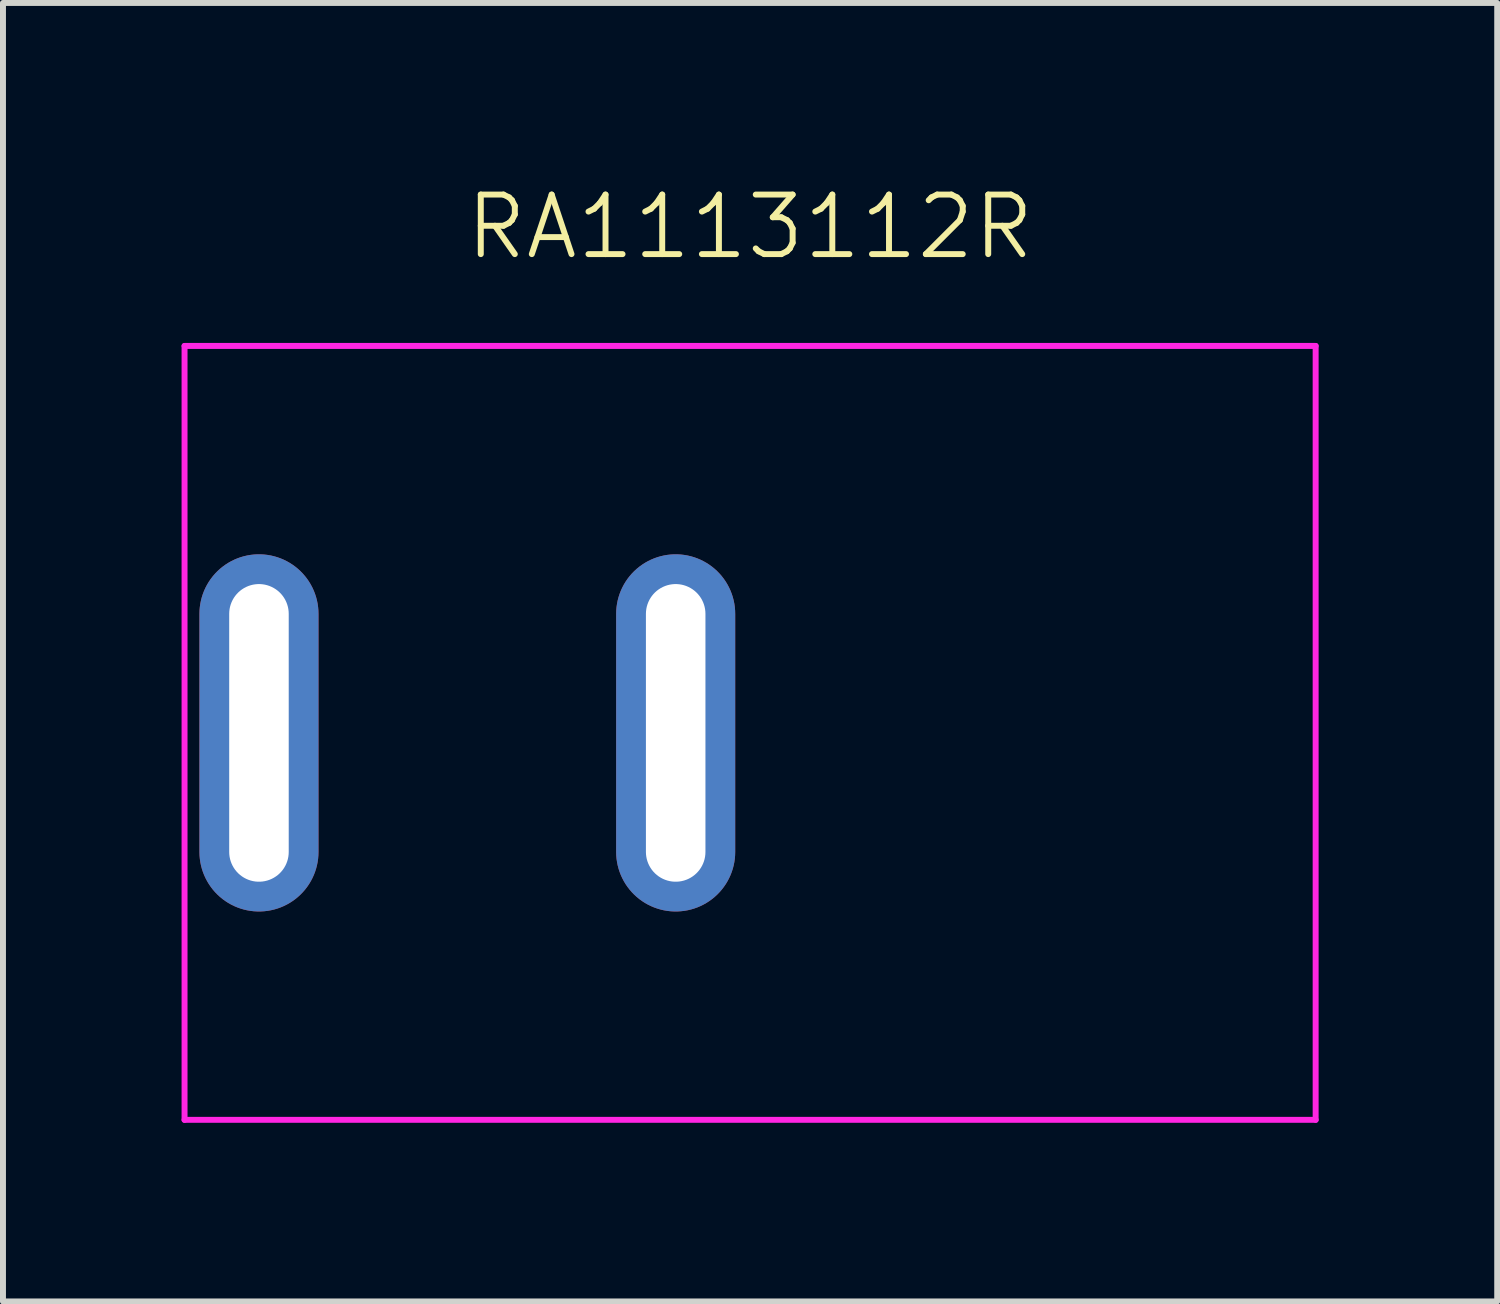
<source format=kicad_pcb>
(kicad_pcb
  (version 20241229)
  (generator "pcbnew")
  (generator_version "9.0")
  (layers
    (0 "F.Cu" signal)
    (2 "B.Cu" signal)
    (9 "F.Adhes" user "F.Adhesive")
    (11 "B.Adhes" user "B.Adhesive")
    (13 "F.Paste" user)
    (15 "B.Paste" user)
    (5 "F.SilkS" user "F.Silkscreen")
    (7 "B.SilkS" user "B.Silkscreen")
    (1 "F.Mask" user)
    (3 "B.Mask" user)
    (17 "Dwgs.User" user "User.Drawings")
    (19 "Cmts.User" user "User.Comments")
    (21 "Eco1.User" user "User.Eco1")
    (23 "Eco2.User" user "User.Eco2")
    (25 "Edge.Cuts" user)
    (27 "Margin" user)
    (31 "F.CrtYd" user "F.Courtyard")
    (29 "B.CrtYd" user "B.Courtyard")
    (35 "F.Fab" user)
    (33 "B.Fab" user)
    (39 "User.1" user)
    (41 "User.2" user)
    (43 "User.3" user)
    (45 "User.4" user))
  (footprint "RA1113112R"
    (layer "F.Cu")
    (at 8.3 9.261)
    (property "Reference" "RA1113112R" (at 1.25 -8.5 0) (unlocked yes) (layer "F.SilkS") (effects (font (size 1 1) (thickness 0.1))))
    (attr through_hole)
    (fp_line (start -8.25 -6.5) (end 10.75 -6.5) (stroke (width 0.1) (type default)) (layer "F.CrtYd"))
    (fp_line (start -8.25 6.5) (end -8.25 -6.5) (stroke (width 0.1) (type default)) (layer "F.CrtYd"))
    (fp_line (start 10.75 -6.5) (end 10.75 6.5) (stroke (width 0.1) (type default)) (layer "F.CrtYd"))
    (fp_line (start 10.75 6.5) (end -8.25 6.5) (stroke (width 0.1) (type default)) (layer "F.CrtYd"))
    (pad "1" thru_hole oval (at -7 0) (size 2 6) (drill oval 1 5) (layers "*.Cu" "*.Mask"))
    (pad "2" thru_hole oval (at 0 0) (size 2 6) (drill oval 1 5) (layers "*.Cu" "*.Mask")))
  (gr_rect
    (start -3 -3)
    (end 22.1 18.811)
    (stroke (width 0.1) (type default))
    (fill no)
    (layer "Edge.Cuts")))
</source>
